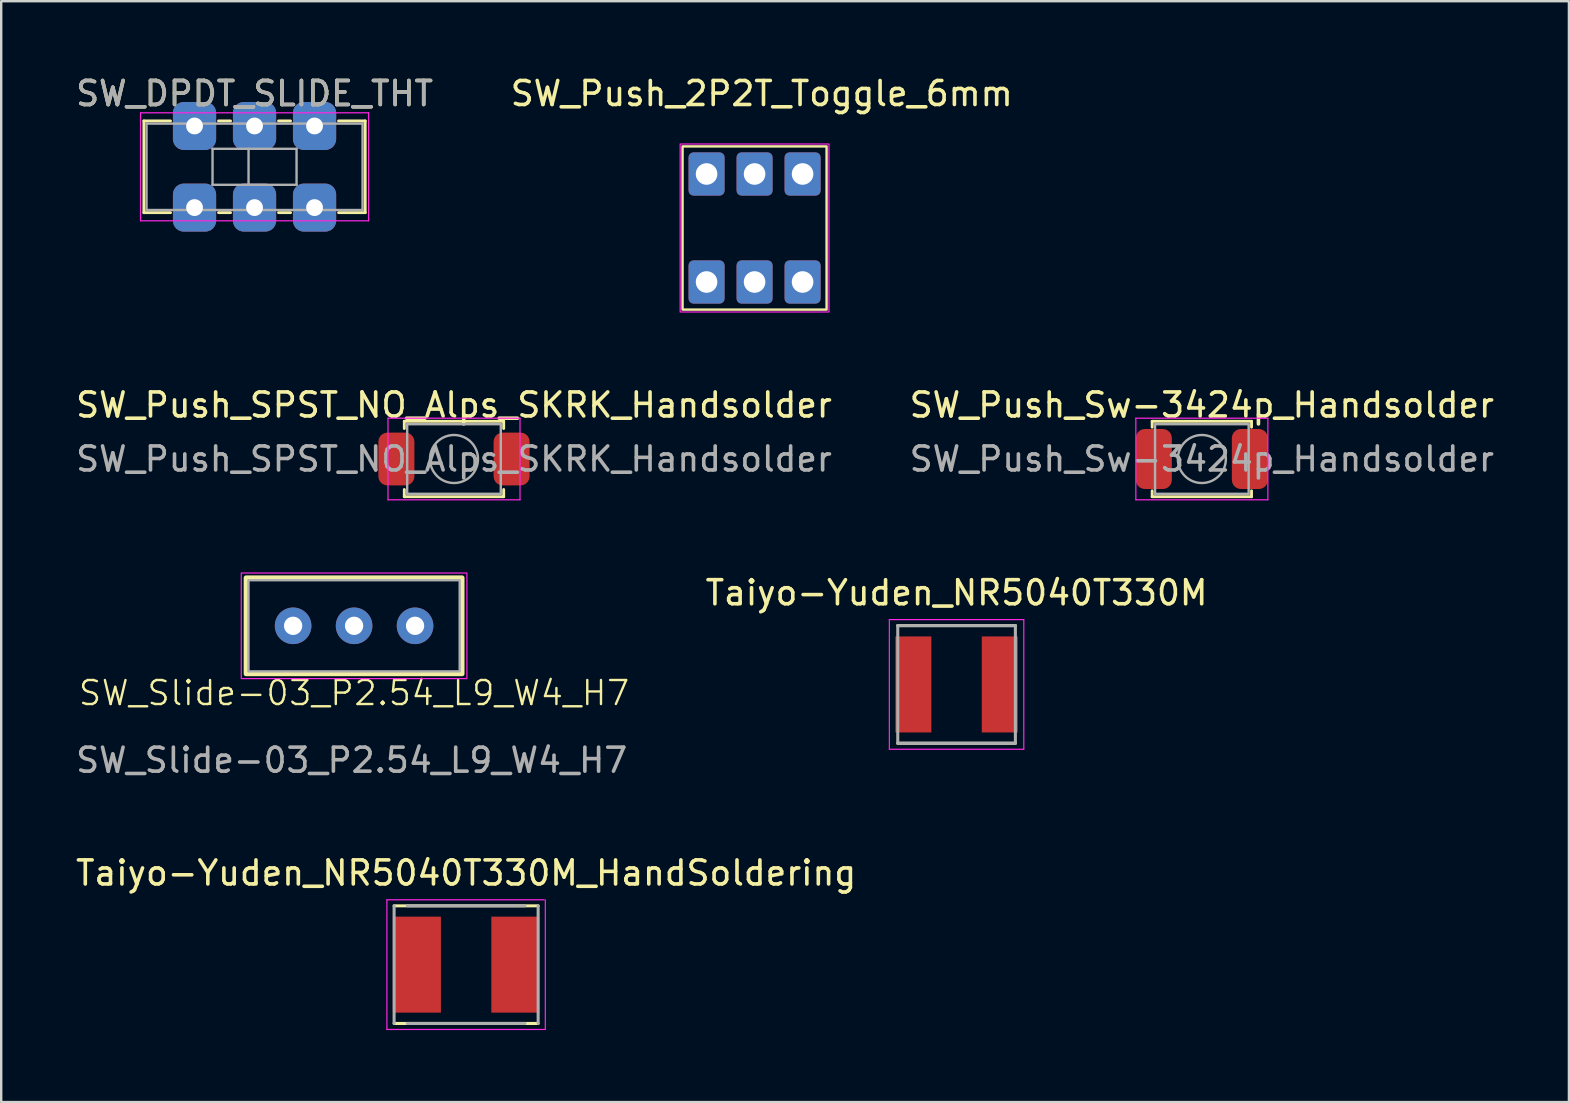
<source format=kicad_pcb>
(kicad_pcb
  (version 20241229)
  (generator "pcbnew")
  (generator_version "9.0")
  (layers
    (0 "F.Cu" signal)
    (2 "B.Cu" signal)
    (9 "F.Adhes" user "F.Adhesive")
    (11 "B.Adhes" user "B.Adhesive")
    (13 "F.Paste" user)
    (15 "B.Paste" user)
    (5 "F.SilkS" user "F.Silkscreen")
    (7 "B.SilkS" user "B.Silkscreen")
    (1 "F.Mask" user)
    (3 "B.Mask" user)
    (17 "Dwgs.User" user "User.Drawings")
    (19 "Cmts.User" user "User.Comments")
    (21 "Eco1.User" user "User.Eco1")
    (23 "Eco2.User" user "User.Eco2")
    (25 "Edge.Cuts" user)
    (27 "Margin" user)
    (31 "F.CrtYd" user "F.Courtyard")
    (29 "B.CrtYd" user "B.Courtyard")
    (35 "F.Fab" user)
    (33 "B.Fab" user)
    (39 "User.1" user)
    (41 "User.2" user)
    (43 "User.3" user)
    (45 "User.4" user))
  (footprint "SW_Push_2P2T_Toggle_6mm"
    (layer "F.Cu")
    (at 26.185 3.598)
    (property "Reference" "SW_Push_2P2T_Toggle_6mm" (at 2.5 -2.75 0) (layer "F.SilkS") (effects (font (size 1 1) (thickness 0.15))))
    (attr through_hole)
    (fp_rect (start -0.8 -0.55) (end 5.2 6.25) (stroke (width 0.1) (type solid)) (fill no) (layer "F.SilkS"))
    (fp_rect (start -0.9 -0.65) (end 5.3 6.35) (stroke (width 0.05) (type solid)) (fill no) (layer "F.CrtYd"))
    (pad "1" thru_hole roundrect (at 0.2 0.6) (size 1.5 1.8) (drill 0.9) (layers "*.Cu" "*.Mask") (roundrect_rratio 0.139))
    (pad "2" thru_hole roundrect (at 2.2 0.6) (size 1.5 1.8) (drill 0.9) (layers "*.Cu" "*.Mask") (roundrect_rratio 0.139))
    (pad "3" thru_hole roundrect (at 4.2 0.6) (size 1.5 1.8) (drill 0.9) (layers "*.Cu" "*.Mask") (roundrect_rratio 0.139))
    (pad "4" thru_hole roundrect (at 0.2 5.1) (size 1.5 1.8) (drill 0.9) (layers "*.Cu" "*.Mask") (roundrect_rratio 0.139))
    (pad "5" thru_hole roundrect (at 2.2 5.1) (size 1.5 1.8) (drill 0.9) (layers "*.Cu" "*.Mask") (roundrect_rratio 0.139))
    (pad "6" thru_hole roundrect (at 4.2 5.1) (size 1.5 1.8) (drill 0.9) (layers "*.Cu" "*.Mask") (roundrect_rratio 0.139)))
  (footprint "Taiyo-Yuden_NR5040T330M_HandSoldering"
    (layer "F.Cu")
    (at 16.368 37.136)
    (property "Reference" "Taiyo-Yuden_NR5040T330M_HandSoldering" (at -0.000015 -3.817 0) (layer "F.SilkS") (effects (font (size 1.002 1.002) (thickness 0.15))))
    (attr smd)
    (fp_line (start -3 -2.45) (end 3 -2.45) (stroke (width 0.127) (type solid)) (layer "F.SilkS"))
    (fp_line (start 3 2.45) (end -3 2.45) (stroke (width 0.127) (type solid)) (layer "F.SilkS"))
    (fp_line (start -3.3 -2.7) (end 3.25 -2.7) (stroke (width 0.05) (type solid)) (layer "F.CrtYd"))
    (fp_line (start -3.3 2.7) (end -3.3 -2.7) (stroke (width 0.05) (type solid)) (layer "F.CrtYd"))
    (fp_line (start 3.3 -2.7) (end 3.3 2.7) (stroke (width 0.05) (type solid)) (layer "F.CrtYd"))
    (fp_line (start 3.3 2.7) (end -3.3 2.7) (stroke (width 0.05) (type solid)) (layer "F.CrtYd"))
    (fp_line (start -3 2.45) (end -3 -2.45) (stroke (width 0.127) (type solid)) (layer "F.Fab"))
    (fp_line (start -2.45 -2.45) (end 2.45 -2.45) (stroke (width 0.127) (type solid)) (layer "F.Fab"))
    (fp_line (start 2.45 2.45) (end -2.45 2.45) (stroke (width 0.127) (type solid)) (layer "F.Fab"))
    (fp_line (start 3 2.45) (end 3 -2.45) (stroke (width 0.127) (type solid)) (layer "F.Fab"))
    (pad "1" smd rect (at -2.05 0) (size 2 4) (layers "F.Cu" "F.Mask" "F.Paste"))
    (pad "2" smd rect (at 2.05 0) (size 2 4) (layers "F.Cu" "F.Mask" "F.Paste")))
  (footprint "SW_Slide-03_P2.54_L9_W4_H7"
    (layer "F.Cu")
    (at 11.701 23.021)
    (property "Reference" "SW_Slide-03_P2.54_L9_W4_H7" (at 0 2.8 0) (unlocked yes) (layer "F.SilkS") (effects (font (size 1 1) (thickness 0.1))))
    (attr through_hole)
    (fp_rect (start -4.5 -2) (end 4.5 2) (stroke (width 0.2) (type default)) (fill no) (layer "F.SilkS"))
    (fp_rect (start -4.7 -2.2) (end 4.7 2.2) (stroke (width 0.05) (type default)) (fill no) (layer "F.CrtYd"))
    (fp_rect (start -4.4 -1.9) (end 4.4 1.9) (stroke (width 0.1) (type default)) (fill no) (layer "F.Fab"))
    (fp_text user "${REFERENCE}" (at -0.1 5.6 0) (unlocked yes) (layer "F.Fab") (effects (font (size 1 1) (thickness 0.15))))
    (pad "1" thru_hole circle (at -2.54 0) (size 1.524 1.524) (drill 0.762) (layers "*.Cu" "*.Mask"))
    (pad "2" thru_hole circle (at 0 0) (size 1.524 1.524) (drill 0.762) (layers "*.Cu" "*.Mask"))
    (pad "3" thru_hole circle (at 2.54 0) (size 1.524 1.524) (drill 0.762) (layers "*.Cu" "*.Mask")))
  (footprint "SW_DPDT_SLIDE_THT"
    (layer "F.Cu")
    (at 7.554 3.898)
    (property "Reference" "SW_DPDT_SLIDE_THT" (at 0 -3.05 0) (layer "F.SilkS") (effects (font (size 1 1) (thickness 0.15))))
    (attr smd)
    (fp_line (start -4.61 -1.91) (end -4.61 1.91) (stroke (width 0.12) (type solid)) (layer "F.SilkS"))
    (fp_line (start -4.61 1.91) (end -3.5 1.91) (stroke (width 0.12) (type solid)) (layer "F.SilkS"))
    (fp_line (start -3.5 -1.91) (end -4.61 -1.91) (stroke (width 0.12) (type solid)) (layer "F.SilkS"))
    (fp_line (start -1 -1.91) (end -1.5 -1.91) (stroke (width 0.12) (type solid)) (layer "F.SilkS"))
    (fp_line (start -1 1.91) (end -1.5 1.91) (stroke (width 0.12) (type solid)) (layer "F.SilkS"))
    (fp_line (start 1.5 -1.91) (end 1 -1.91) (stroke (width 0.12) (type solid)) (layer "F.SilkS"))
    (fp_line (start 1.5 1.91) (end 1 1.91) (stroke (width 0.12) (type solid)) (layer "F.SilkS"))
    (fp_line (start 4.61 -1.91) (end 3.5 -1.91) (stroke (width 0.12) (type solid)) (layer "F.SilkS"))
    (fp_line (start 4.61 -1.91) (end 4.61 1.91) (stroke (width 0.12) (type solid)) (layer "F.SilkS"))
    (fp_line (start 4.61 1.91) (end 3.5 1.91) (stroke (width 0.12) (type solid)) (layer "F.SilkS"))
    (fp_line (start -4.75 -2.25) (end -4.75 2.25) (stroke (width 0.05) (type solid)) (layer "F.CrtYd"))
    (fp_line (start -4.75 -2.25) (end 4.75 -2.25) (stroke (width 0.05) (type solid)) (layer "F.CrtYd"))
    (fp_line (start 4.75 -2.25) (end 4.75 2.25) (stroke (width 0.05) (type solid)) (layer "F.CrtYd"))
    (fp_line (start 4.75 2.25) (end -4.75 2.25) (stroke (width 0.05) (type solid)) (layer "F.CrtYd"))
    (fp_line (start -4.5 -1.8) (end 4.5 -1.8) (stroke (width 0.1) (type solid)) (layer "F.Fab"))
    (fp_line (start -4.5 1.8) (end -4.5 -1.8) (stroke (width 0.1) (type solid)) (layer "F.Fab"))
    (fp_line (start -1.75 -0.75) (end -1.75 0.75) (stroke (width 0.1) (type solid)) (layer "F.Fab"))
    (fp_line (start -1.75 -0.75) (end 1.75 -0.75) (stroke (width 0.1) (type solid)) (layer "F.Fab"))
    (fp_line (start -0.25 -0.75) (end -0.25 0.75) (stroke (width 0.1) (type solid)) (layer "F.Fab"))
    (fp_line (start 1.75 -0.75) (end 1.75 0.75) (stroke (width 0.1) (type solid)) (layer "F.Fab"))
    (fp_line (start 1.75 0.75) (end -1.75 0.75) (stroke (width 0.1) (type solid)) (layer "F.Fab"))
    (fp_line (start 4.5 -1.8) (end 4.5 1.8) (stroke (width 0.1) (type solid)) (layer "F.Fab"))
    (fp_line (start 4.5 1.8) (end -4.5 1.8) (stroke (width 0.1) (type solid)) (layer "F.Fab"))
    (fp_text user "${REFERENCE}" (at 0 -3.05 0) (layer "F.Fab") (effects (font (size 1 1) (thickness 0.15))))
    (pad "1" thru_hole roundrect (at -2.5 -1.7) (size 1.8 2) (drill 0.7) (layers "*.Cu" "*.Mask") (roundrect_rratio 0.25))
    (pad "2" thru_hole roundrect (at 0 -1.7) (size 1.8 2) (drill 0.7) (layers "*.Cu" "*.Mask") (roundrect_rratio 0.25))
    (pad "3" thru_hole roundrect (at 2.5 -1.7) (size 1.8 2) (drill 0.7) (layers "*.Cu" "*.Mask") (roundrect_rratio 0.25))
    (pad "4" thru_hole roundrect (at -2.5 1.7) (size 1.8 2) (drill 0.7) (layers "*.Cu" "*.Mask") (roundrect_rratio 0.25))
    (pad "5" thru_hole roundrect (at 0 1.7) (size 1.8 2) (drill 0.7) (layers "*.Cu" "*.Mask") (roundrect_rratio 0.25))
    (pad "6" thru_hole roundrect (at 2.5 1.7) (size 1.8 2) (drill 0.7) (layers "*.Cu" "*.Mask") (roundrect_rratio 0.25)))
  (footprint "SW_Push_SPST_NO_Alps_SKRK_Handsolder"
    (layer "F.Cu")
    (at 15.863 16.072)
    (property "Reference" "SW_Push_SPST_NO_Alps_SKRK_Handsolder" (at 0 -2.25 0) (layer "F.SilkS") (effects (font (size 1 1) (thickness 0.15))))
    (attr smd)
    (fp_line (start -2.07 -1.57) (end 2.07 -1.57) (stroke (width 0.12) (type solid)) (layer "F.SilkS"))
    (fp_line (start -2.07 -1.27) (end -2.07 -1.57) (stroke (width 0.12) (type solid)) (layer "F.SilkS"))
    (fp_line (start -2.07 1.57) (end -2.07 1.27) (stroke (width 0.12) (type solid)) (layer "F.SilkS"))
    (fp_line (start 2.07 -1.57) (end 2.07 -1.27) (stroke (width 0.12) (type solid)) (layer "F.SilkS"))
    (fp_line (start 2.07 1.27) (end 2.07 1.57) (stroke (width 0.12) (type solid)) (layer "F.SilkS"))
    (fp_line (start 2.07 1.57) (end -2.07 1.57) (stroke (width 0.12) (type solid)) (layer "F.SilkS"))
    (fp_line (start -2.75 -1.7) (end 2.75 -1.7) (stroke (width 0.05) (type solid)) (layer "F.CrtYd"))
    (fp_line (start -2.75 1.7) (end -2.75 -1.7) (stroke (width 0.05) (type solid)) (layer "F.CrtYd"))
    (fp_line (start 2.75 -1.7) (end 2.75 1.7) (stroke (width 0.05) (type solid)) (layer "F.CrtYd"))
    (fp_line (start 2.75 1.7) (end -2.75 1.7) (stroke (width 0.05) (type solid)) (layer "F.CrtYd"))
    (fp_line (start -1.95 -1.45) (end 1.95 -1.45) (stroke (width 0.1) (type solid)) (layer "F.Fab"))
    (fp_line (start -1.95 1.45) (end -1.95 -1.45) (stroke (width 0.1) (type solid)) (layer "F.Fab"))
    (fp_line (start 1.95 -1.45) (end 1.95 1.45) (stroke (width 0.1) (type solid)) (layer "F.Fab"))
    (fp_line (start 1.95 1.45) (end -1.95 1.45) (stroke (width 0.1) (type solid)) (layer "F.Fab"))
    (fp_circle (center 0 0) (end 1 0) (stroke (width 0.1) (type solid)) (fill no) (layer "F.Fab"))
    (fp_text user "${REFERENCE}" (at 0 0 0) (layer "F.Fab") (effects (font (size 1 1) (thickness 0.15))))
    (pad "1" smd roundrect (at -2.4 0) (size 1.5 2.2) (layers "F.Cu" "F.Mask" "F.Paste") (roundrect_rratio 0.25))
    (pad "2" smd roundrect (at 2.4 0) (size 1.5 2.2) (layers "F.Cu" "F.Mask" "F.Paste") (roundrect_rratio 0.25)))
  (footprint "SW_Push_Sw-3424p_Handsolder"
    (layer "F.Cu")
    (at 47.018 16.072)
    (property "Reference" "SW_Push_Sw-3424p_Handsolder" (at 0 -2.25 0) (layer "F.SilkS") (effects (font (size 1 1) (thickness 0.15))))
    (attr smd)
    (fp_line (start -2.07 -1.57) (end 2.07 -1.57) (stroke (width 0.12) (type solid)) (layer "F.SilkS"))
    (fp_line (start -2.07 -1.325) (end -2.07 -1.57) (stroke (width 0.12) (type solid)) (layer "F.SilkS"))
    (fp_line (start -2.07 1.57) (end -2.07 1.325) (stroke (width 0.12) (type solid)) (layer "F.SilkS"))
    (fp_line (start 2.07 -1.325) (end 2.07 -1.57) (stroke (width 0.12) (type solid)) (layer "F.SilkS"))
    (fp_line (start 2.07 1.57) (end -2.07 1.57) (stroke (width 0.12) (type solid)) (layer "F.SilkS"))
    (fp_line (start 2.07 1.57) (end 2.07 1.325) (stroke (width 0.12) (type solid)) (layer "F.SilkS"))
    (fp_line (start -2.75 -1.7) (end 2.75 -1.7) (stroke (width 0.05) (type solid)) (layer "F.CrtYd"))
    (fp_line (start -2.75 1.7) (end -2.75 -1.7) (stroke (width 0.05) (type solid)) (layer "F.CrtYd"))
    (fp_line (start 2.75 -1.7) (end 2.75 1.7) (stroke (width 0.05) (type solid)) (layer "F.CrtYd"))
    (fp_line (start 2.75 1.7) (end -2.75 1.7) (stroke (width 0.05) (type solid)) (layer "F.CrtYd"))
    (fp_line (start -1.95 -1.45) (end 1.95 -1.45) (stroke (width 0.1) (type solid)) (layer "F.Fab"))
    (fp_line (start -1.95 1.45) (end -1.95 -1.45) (stroke (width 0.1) (type solid)) (layer "F.Fab"))
    (fp_line (start 1.95 -1.45) (end 1.95 1.45) (stroke (width 0.1) (type solid)) (layer "F.Fab"))
    (fp_line (start 1.95 1.45) (end -1.95 1.45) (stroke (width 0.1) (type solid)) (layer "F.Fab"))
    (fp_circle (center 0 0) (end 1 0) (stroke (width 0.1) (type solid)) (fill no) (layer "F.Fab"))
    (fp_text user "${REFERENCE}" (at 0 0 0) (layer "F.Fab") (effects (font (size 1 1) (thickness 0.15))))
    (pad "1" smd roundrect (at -2 0) (size 1.5 2.5) (layers "F.Cu" "F.Mask" "F.Paste") (roundrect_rratio 0.25))
    (pad "2" smd roundrect (at 2 0) (size 1.5 2.5) (layers "F.Cu" "F.Mask" "F.Paste") (roundrect_rratio 0.25)))
  (footprint "Taiyo-Yuden_NR5040T330M"
    (layer "F.Cu")
    (at 36.8 25.463)
    (property "Reference" "Taiyo-Yuden_NR5040T330M" (at -0.000015 -3.817 0) (layer "F.SilkS") (effects (font (size 1.002 1.002) (thickness 0.15))))
    (attr smd)
    (fp_line (start -2.45 -2.45) (end 2.45 -2.45) (stroke (width 0.127) (type solid)) (layer "F.SilkS"))
    (fp_line (start 2.45 2.45) (end -2.45 2.45) (stroke (width 0.127) (type solid)) (layer "F.SilkS"))
    (fp_line (start -2.8 -2.7) (end 2.8 -2.7) (stroke (width 0.05) (type solid)) (layer "F.CrtYd"))
    (fp_line (start -2.8 2.7) (end -2.8 -2.7) (stroke (width 0.05) (type solid)) (layer "F.CrtYd"))
    (fp_line (start 2.8 -2.7) (end 2.8 2.7) (stroke (width 0.05) (type solid)) (layer "F.CrtYd"))
    (fp_line (start 2.8 2.7) (end -2.8 2.7) (stroke (width 0.05) (type solid)) (layer "F.CrtYd"))
    (fp_line (start -2.45 -2.45) (end 2.45 -2.45) (stroke (width 0.127) (type solid)) (layer "F.Fab"))
    (fp_line (start -2.45 2.45) (end -2.45 -2.45) (stroke (width 0.127) (type solid)) (layer "F.Fab"))
    (fp_line (start 2.45 -2.45) (end 2.45 2.45) (stroke (width 0.127) (type solid)) (layer "F.Fab"))
    (fp_line (start 2.45 2.45) (end -2.45 2.45) (stroke (width 0.127) (type solid)) (layer "F.Fab"))
    (pad "1" smd rect (at -1.8 0) (size 1.5 4) (layers "F.Cu" "F.Mask" "F.Paste"))
    (pad "2" smd rect (at 1.8 0) (size 1.5 4) (layers "F.Cu" "F.Mask" "F.Paste")))
  (gr_rect
    (start -3 -3)
    (end 62.31 42.861)
    (stroke (width 0.1) (type default))
    (fill no)
    (layer "Edge.Cuts")))
</source>
